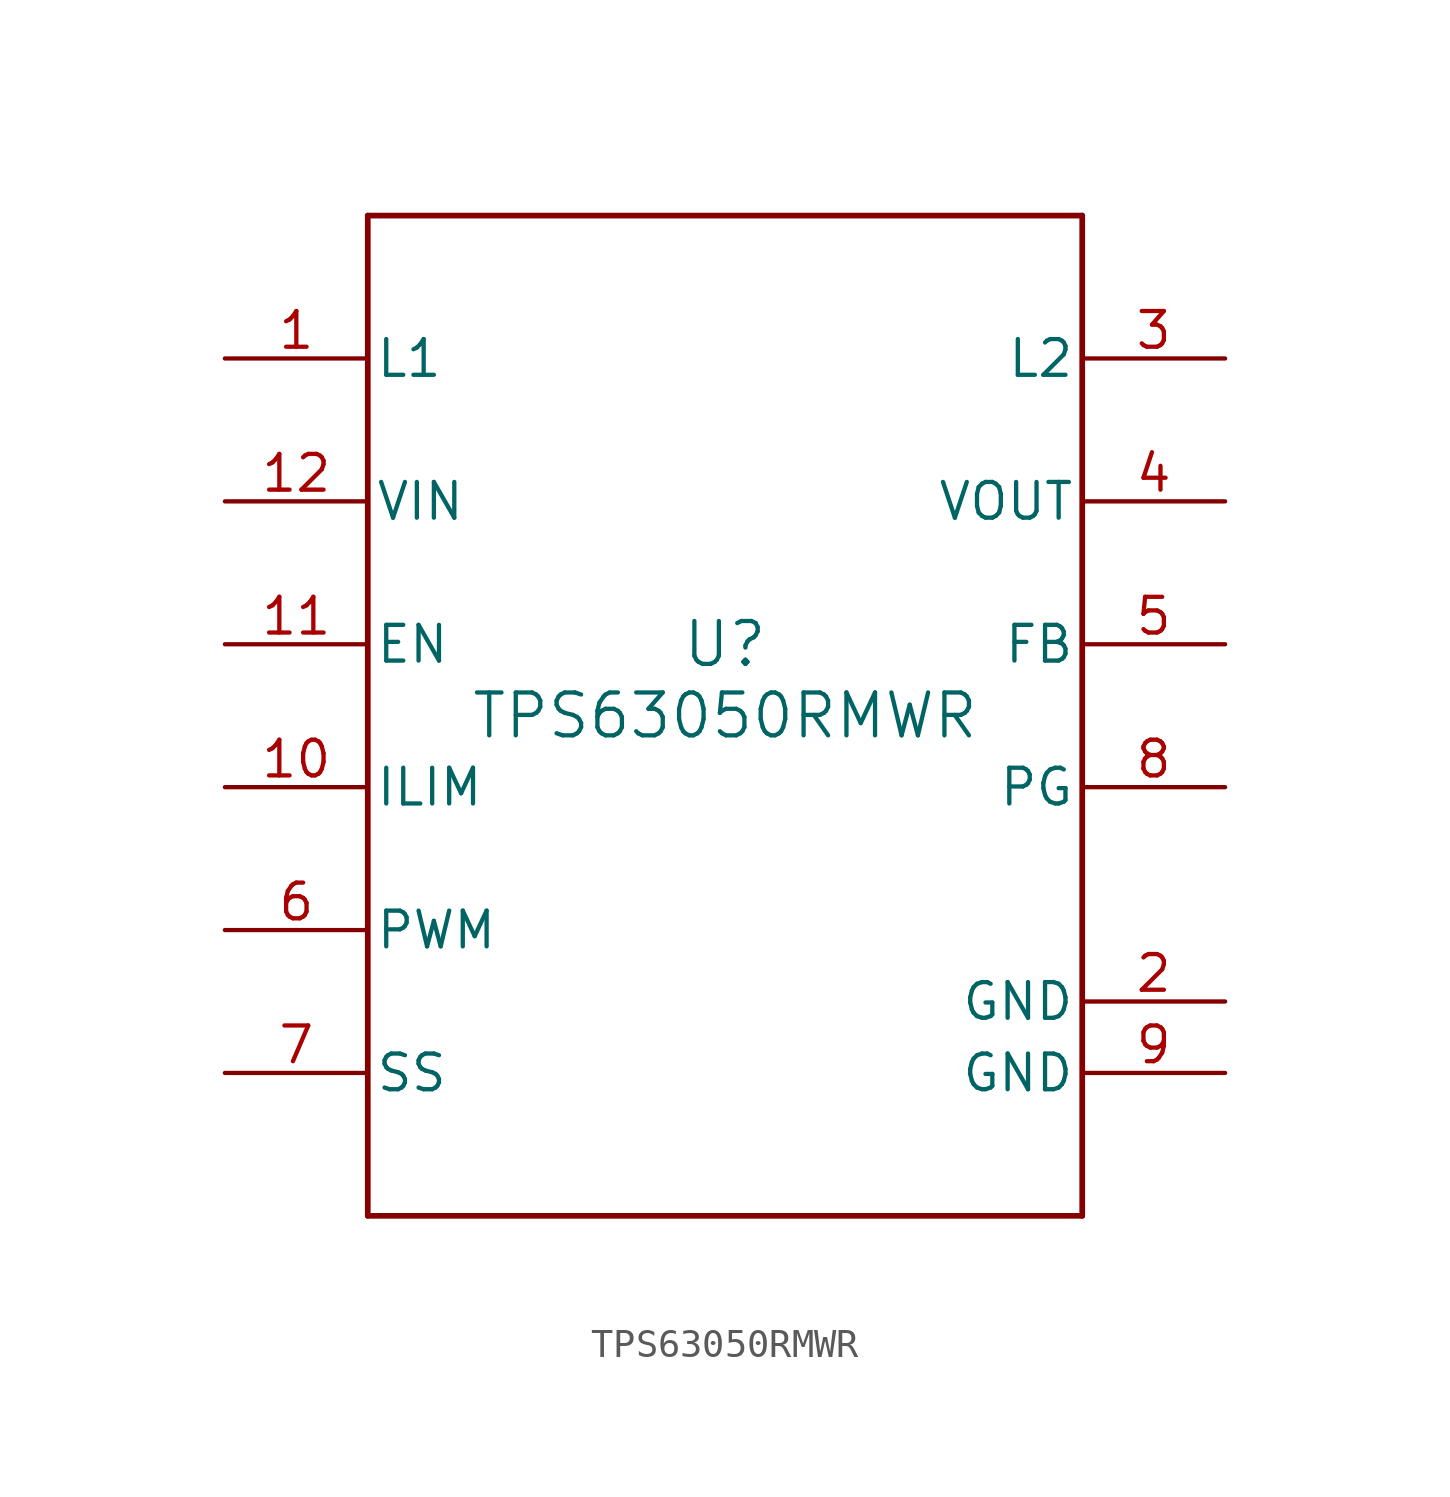
<source format=kicad_sym>
(kicad_symbol_lib
  (version 20211014)
  (generator kicad_symbol_editor)
  (symbol "TPS63050RMWR"
    (pin_names
      (offset 0.254))
    (property "Reference" "U"
      (at 0 2.54 0)
      (effects (font (size 1.524 1.524))))
    (property "Value" "TPS63050RMWR"
      (at 0 0 0)
      (effects (font (size 1.524 1.524))))
    (symbol "TPS63050RMWR_0_1"
      (polyline (pts (xy -12.7 -17.78) (xy 12.7 -17.78)) (stroke (width 0.203) (type default) (color 0 0 0 0)) (fill (type none)))
      (polyline (pts (xy 12.7 -17.78) (xy 12.7 17.78)) (stroke (width 0.203) (type default) (color 0 0 0 0)) (fill (type none)))
      (polyline (pts (xy 12.7 17.78) (xy -12.7 17.78)) (stroke (width 0.203) (type default) (color 0 0 0 0)) (fill (type none)))
      (polyline (pts (xy -12.7 17.78) (xy -12.7 -17.78)) (stroke (width 0.203) (type default) (color 0 0 0 0)) (fill (type none)))
      (pin unspecified line (at -17.78 12.7 0) (length 5.08) (name "L1" (effects (font (size 1.27 1.27)))) (number "1" (effects (font (size 1.27 1.27)))))
      (pin power_in line (at 17.78 -10.16 180) (length 5.08) (name "GND" (effects (font (size 1.27 1.27)))) (number "2" (effects (font (size 1.27 1.27)))))
      (pin unspecified line (at 17.78 12.7 180) (length 5.08) (name "L2" (effects (font (size 1.27 1.27)))) (number "3" (effects (font (size 1.27 1.27)))))
      (pin power_in line (at 17.78 7.62 180) (length 5.08) (name "VOUT" (effects (font (size 1.27 1.27)))) (number "4" (effects (font (size 1.27 1.27)))))
      (pin input line (at 17.78 2.54 180) (length 5.08) (name "FB" (effects (font (size 1.27 1.27)))) (number "5" (effects (font (size 1.27 1.27)))))
      (pin input line (at -17.78 -7.62 0) (length 5.08) (name "PWM" (effects (font (size 1.27 1.27)))) (number "6" (effects (font (size 1.27 1.27)))))
      (pin input line (at -17.78 -12.7 0) (length 5.08) (name "SS" (effects (font (size 1.27 1.27)))) (number "7" (effects (font (size 1.27 1.27)))))
      (pin open_collector line (at 17.78 -2.54 180) (length 5.08) (name "PG" (effects (font (size 1.27 1.27)))) (number "8" (effects (font (size 1.27 1.27)))))
      (pin power_in line (at 17.78 -12.7 180) (length 5.08) (name "GND" (effects (font (size 1.27 1.27)))) (number "9" (effects (font (size 1.27 1.27)))))
      (pin input line (at -17.78 -2.54 0) (length 5.08) (name "ILIM" (effects (font (size 1.27 1.27)))) (number "10" (effects (font (size 1.27 1.27)))))
      (pin input line (at -17.78 2.54 0) (length 5.08) (name "EN" (effects (font (size 1.27 1.27)))) (number "11" (effects (font (size 1.27 1.27)))))
      (pin power_in line (at -17.78 7.62 0) (length 5.08) (name "VIN" (effects (font (size 1.27 1.27)))) (number "12" (effects (font (size 1.27 1.27))))))))
</source>
